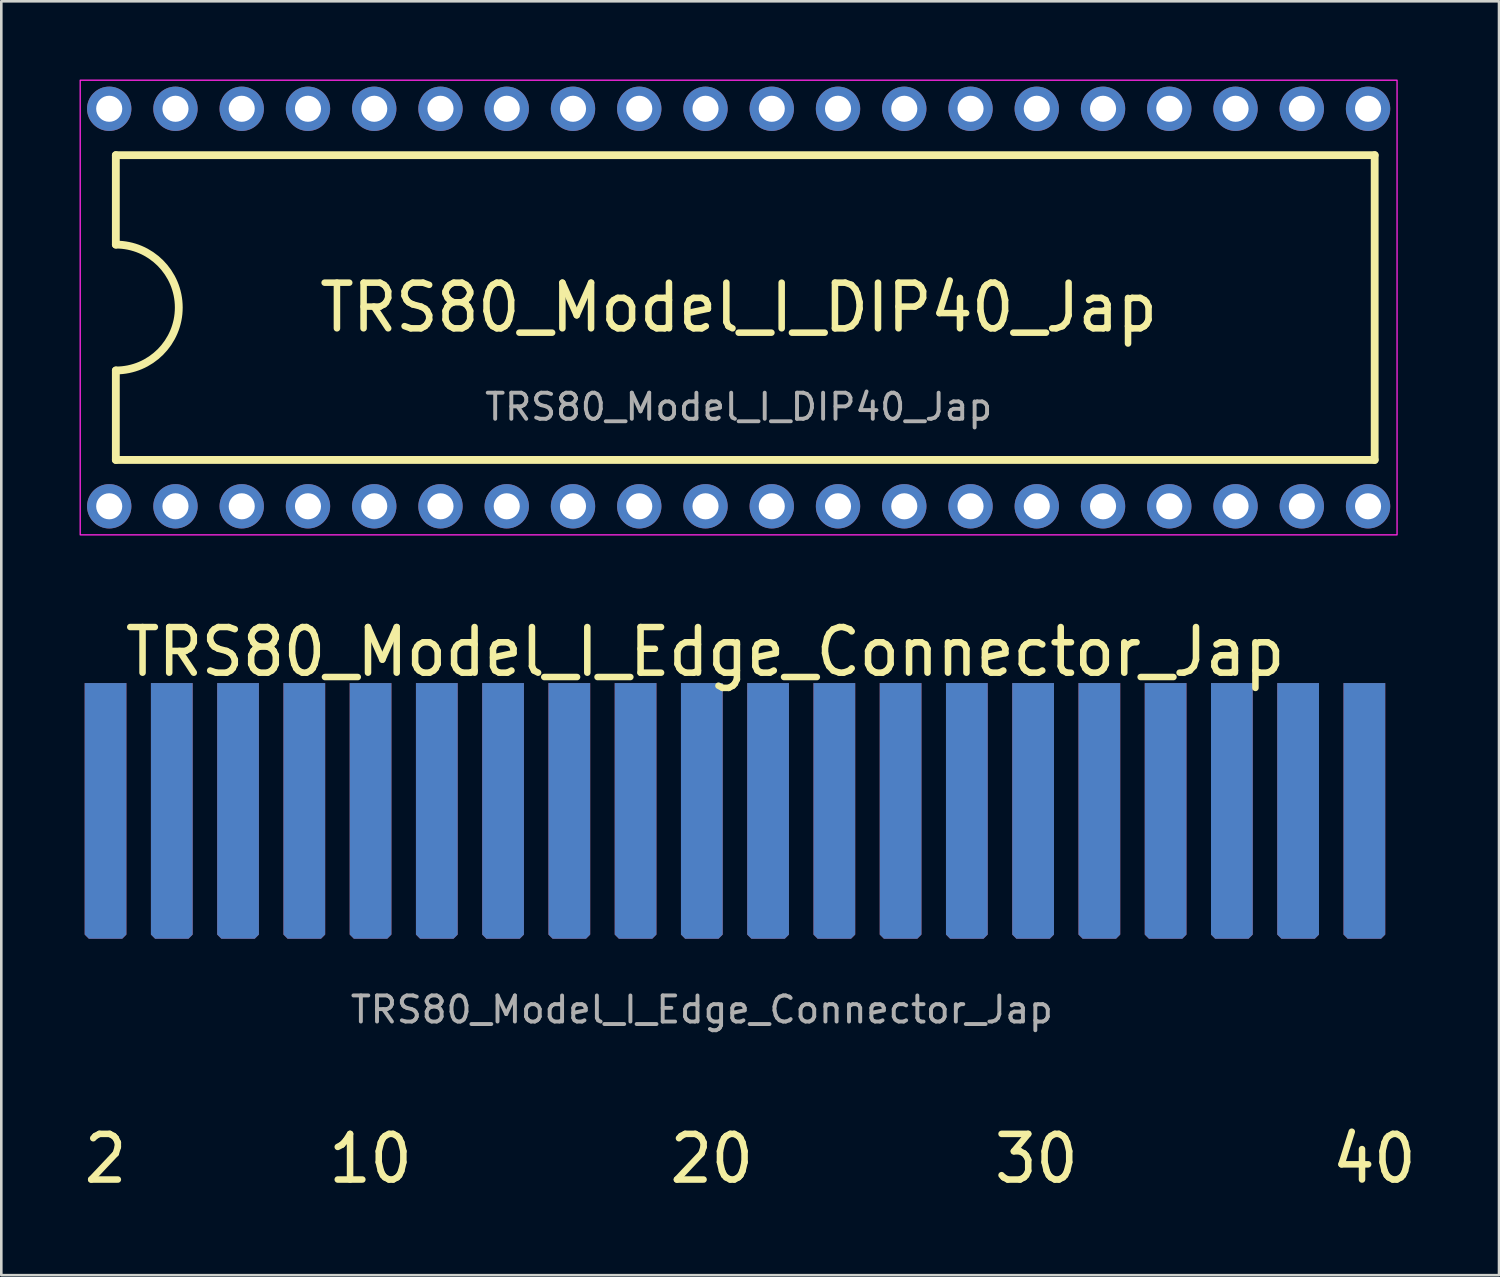
<source format=kicad_pcb>
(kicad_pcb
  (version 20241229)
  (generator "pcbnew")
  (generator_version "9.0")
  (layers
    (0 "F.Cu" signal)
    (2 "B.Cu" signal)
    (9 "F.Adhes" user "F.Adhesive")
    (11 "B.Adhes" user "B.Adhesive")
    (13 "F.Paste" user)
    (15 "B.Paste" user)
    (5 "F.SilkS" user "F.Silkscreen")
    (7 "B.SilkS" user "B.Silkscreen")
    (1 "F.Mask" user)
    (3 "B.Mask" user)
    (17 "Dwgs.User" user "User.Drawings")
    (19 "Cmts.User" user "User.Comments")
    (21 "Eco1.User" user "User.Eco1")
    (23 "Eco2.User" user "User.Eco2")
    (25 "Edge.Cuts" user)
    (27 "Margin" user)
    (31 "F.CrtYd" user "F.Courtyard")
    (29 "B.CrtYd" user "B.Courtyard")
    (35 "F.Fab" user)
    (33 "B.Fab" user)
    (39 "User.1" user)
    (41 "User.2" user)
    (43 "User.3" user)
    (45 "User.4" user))
  (footprint "TRS80_Model_I_Edge_Connector_Jap"
    (layer "F.Cu")
    (at 23.856 28.038)
    (property "Reference" "TRS80_Model_I_Edge_Connector_Jap" (at 0.127 -6.096 0) (unlocked yes) (layer "F.SilkS") (effects (font (size 1.75 1.65) (thickness 0.25))))
    (attr smd)
    (fp_text user "2" (at -22.86 13.335 0) (unlocked yes) (layer "F.SilkS") (effects (font (size 1.75 1.65) (thickness 0.25))))
    (fp_text user "40" (at 25.781 13.335 0) (unlocked yes) (layer "F.SilkS") (effects (font (size 1.75 1.65) (thickness 0.25))))
    (fp_text user "30" (at 12.827 13.335 0) (unlocked yes) (layer "F.SilkS") (effects (font (size 1.75 1.65) (thickness 0.25))))
    (fp_text user "20" (at 0.381 13.335 0) (unlocked yes) (layer "F.SilkS") (effects (font (size 1.75 1.65) (thickness 0.25))))
    (fp_text user "10" (at -12.7 13.335 0) (unlocked yes) (layer "F.SilkS") (effects (font (size 1.75 1.65) (thickness 0.25))))
    (fp_text user "${REFERENCE}" (at 0 7.62 0) (unlocked yes) (layer "F.Fab") (effects (font (size 1 1) (thickness 0.15))))
    (pad "1" connect roundrect (at -22.86 0 180) (size 1.6 9.8) (layers "B.Cu" "B.Mask") (roundrect_rratio 0) (chamfer_ratio 0.1) (chamfer top_left top_right))
    (pad "2" connect roundrect (at -22.86 0 180) (size 1.6 9.8) (layers "F.Cu" "F.Mask") (roundrect_rratio 0) (chamfer_ratio 0.1) (chamfer top_left top_right))
    (pad "3" connect roundrect (at -20.32 0 180) (size 1.6 9.8) (layers "B.Cu" "B.Mask") (roundrect_rratio 0) (chamfer_ratio 0.1) (chamfer top_left top_right))
    (pad "4" connect roundrect (at -20.32 0 180) (size 1.6 9.8) (layers "F.Cu" "F.Mask") (roundrect_rratio 0) (chamfer_ratio 0.1) (chamfer top_left top_right))
    (pad "5" connect roundrect (at -17.78 0 180) (size 1.6 9.8) (layers "B.Cu" "B.Mask") (roundrect_rratio 0) (chamfer_ratio 0.1) (chamfer top_left top_right))
    (pad "6" connect roundrect (at -17.78 0 180) (size 1.6 9.8) (layers "F.Cu" "F.Mask") (roundrect_rratio 0) (chamfer_ratio 0.1) (chamfer top_left top_right))
    (pad "7" connect roundrect (at -15.24 0 180) (size 1.6 9.8) (layers "B.Cu" "B.Mask") (roundrect_rratio 0) (chamfer_ratio 0.1) (chamfer top_left top_right))
    (pad "8" connect roundrect (at -15.24 0 180) (size 1.6 9.8) (layers "F.Cu" "F.Mask") (roundrect_rratio 0) (chamfer_ratio 0.1) (chamfer top_left top_right))
    (pad "9" connect roundrect (at -12.7 0 180) (size 1.6 9.8) (layers "B.Cu" "B.Mask") (roundrect_rratio 0) (chamfer_ratio 0.1) (chamfer top_left top_right))
    (pad "10" connect roundrect (at -12.7 0 180) (size 1.6 9.8) (layers "F.Cu" "F.Mask") (roundrect_rratio 0) (chamfer_ratio 0.1) (chamfer top_left top_right))
    (pad "11" connect roundrect (at -10.16 0 180) (size 1.6 9.8) (layers "B.Cu" "B.Mask") (roundrect_rratio 0) (chamfer_ratio 0.1) (chamfer top_left top_right))
    (pad "12" connect roundrect (at -10.16 0 180) (size 1.6 9.8) (layers "F.Cu" "F.Mask") (roundrect_rratio 0) (chamfer_ratio 0.1) (chamfer top_left top_right))
    (pad "13" connect roundrect (at -7.62 0 180) (size 1.6 9.8) (layers "B.Cu" "B.Mask") (roundrect_rratio 0) (chamfer_ratio 0.1) (chamfer top_left top_right))
    (pad "14" connect roundrect (at -7.62 0 180) (size 1.6 9.8) (layers "F.Cu" "F.Mask") (roundrect_rratio 0) (chamfer_ratio 0.1) (chamfer top_left top_right))
    (pad "15" connect roundrect (at -5.08 0 180) (size 1.6 9.8) (layers "B.Cu" "B.Mask") (roundrect_rratio 0) (chamfer_ratio 0.1) (chamfer top_left top_right))
    (pad "16" connect roundrect (at -5.08 0 180) (size 1.6 9.8) (layers "F.Cu" "F.Mask") (roundrect_rratio 0) (chamfer_ratio 0.1) (chamfer top_left top_right))
    (pad "17" connect roundrect (at -2.54 0 180) (size 1.6 9.8) (layers "B.Cu" "B.Mask") (roundrect_rratio 0) (chamfer_ratio 0.1) (chamfer top_left top_right))
    (pad "18" connect roundrect (at -2.54 0 180) (size 1.6 9.8) (layers "F.Cu" "F.Mask") (roundrect_rratio 0) (chamfer_ratio 0.1) (chamfer top_left top_right))
    (pad "19" connect roundrect (at 0 0 180) (size 1.6 9.8) (layers "B.Cu" "B.Mask") (roundrect_rratio 0) (chamfer_ratio 0.1) (chamfer top_left top_right))
    (pad "20" connect roundrect (at 0 0 180) (size 1.6 9.8) (layers "F.Cu" "F.Mask") (roundrect_rratio 0) (chamfer_ratio 0.1) (chamfer top_left top_right))
    (pad "21" connect roundrect (at 2.54 0 180) (size 1.6 9.8) (layers "B.Cu" "B.Mask") (roundrect_rratio 0) (chamfer_ratio 0.1) (chamfer top_left top_right))
    (pad "22" connect roundrect (at 2.54 0 180) (size 1.6 9.8) (layers "F.Cu" "F.Mask") (roundrect_rratio 0) (chamfer_ratio 0.1) (chamfer top_left top_right))
    (pad "23" connect roundrect (at 5.08 0 180) (size 1.6 9.8) (layers "B.Cu" "B.Mask") (roundrect_rratio 0) (chamfer_ratio 0.1) (chamfer top_left top_right))
    (pad "24" connect roundrect (at 5.08 0 180) (size 1.6 9.8) (layers "F.Cu" "F.Mask") (roundrect_rratio 0) (chamfer_ratio 0.1) (chamfer top_left top_right))
    (pad "25" connect roundrect (at 7.62 0 180) (size 1.6 9.8) (layers "B.Cu" "B.Mask") (roundrect_rratio 0) (chamfer_ratio 0.1) (chamfer top_left top_right))
    (pad "26" connect roundrect (at 7.62 0 180) (size 1.6 9.8) (layers "F.Cu" "F.Mask") (roundrect_rratio 0) (chamfer_ratio 0.1) (chamfer top_left top_right))
    (pad "27" connect roundrect (at 10.16 0 180) (size 1.6 9.8) (layers "B.Cu" "B.Mask") (roundrect_rratio 0) (chamfer_ratio 0.1) (chamfer top_left top_right))
    (pad "28" connect roundrect (at 10.16 0 180) (size 1.6 9.8) (layers "F.Cu" "F.Mask") (roundrect_rratio 0) (chamfer_ratio 0.1) (chamfer top_left top_right))
    (pad "29" connect roundrect (at 12.7 0 180) (size 1.6 9.8) (layers "B.Cu" "B.Mask") (roundrect_rratio 0) (chamfer_ratio 0.1) (chamfer top_left top_right))
    (pad "30" connect roundrect (at 12.7 0 180) (size 1.6 9.8) (layers "F.Cu" "F.Mask") (roundrect_rratio 0) (chamfer_ratio 0.1) (chamfer top_left top_right))
    (pad "31" connect roundrect (at 15.24 0 180) (size 1.6 9.8) (layers "B.Cu" "B.Mask") (roundrect_rratio 0) (chamfer_ratio 0.1) (chamfer top_left top_right))
    (pad "32" connect roundrect (at 15.24 0 180) (size 1.6 9.8) (layers "F.Cu" "F.Mask") (roundrect_rratio 0) (chamfer_ratio 0.1) (chamfer top_left top_right))
    (pad "33" connect roundrect (at 17.78 0 180) (size 1.6 9.8) (layers "B.Cu" "B.Mask") (roundrect_rratio 0) (chamfer_ratio 0.1) (chamfer top_left top_right))
    (pad "34" connect roundrect (at 17.78 0 180) (size 1.6 9.8) (layers "F.Cu" "F.Mask") (roundrect_rratio 0) (chamfer_ratio 0.1) (chamfer top_left top_right))
    (pad "35" connect roundrect (at 20.32 0 180) (size 1.6 9.8) (layers "B.Cu" "B.Mask") (roundrect_rratio 0) (chamfer_ratio 0.1) (chamfer top_left top_right))
    (pad "36" connect roundrect (at 20.32 0 180) (size 1.6 9.8) (layers "F.Cu" "F.Mask") (roundrect_rratio 0) (chamfer_ratio 0.1) (chamfer top_left top_right))
    (pad "37" connect roundrect (at 22.86 0 180) (size 1.6 9.8) (layers "B.Cu" "B.Mask") (roundrect_rratio 0) (chamfer_ratio 0.1) (chamfer top_left top_right))
    (pad "38" connect roundrect (at 22.86 0 180) (size 1.6 9.8) (layers "F.Cu" "F.Mask") (roundrect_rratio 0) (chamfer_ratio 0.1) (chamfer top_left top_right))
    (pad "39" connect roundrect (at 25.4 0 180) (size 1.6 9.8) (layers "B.Cu" "B.Mask") (roundrect_rratio 0) (chamfer_ratio 0.1) (chamfer top_left top_right))
    (pad "40" connect roundrect (at 25.4 0 180) (size 1.6 9.8) (layers "F.Cu" "F.Mask") (roundrect_rratio 0) (chamfer_ratio 0.1) (chamfer top_left top_right)))
  (footprint "TRS80_Model_I_DIP40_Jap"
    (layer "F.Cu")
    (at 25.267 8.74)
    (property "Reference" "TRS80_Model_I_DIP40_Jap" (at 0 0 0) (unlocked yes) (layer "F.SilkS") (effects (font (size 1.75 1.65) (thickness 0.25))))
    (attr through_hole)
    (fp_line (start -23.876 -5.842) (end -23.876 -2.413) (stroke (width 0.3) (type solid)) (layer "F.SilkS"))
    (fp_line (start -23.876 2.413) (end -23.876 5.842) (stroke (width 0.3) (type solid)) (layer "F.SilkS"))
    (fp_line (start 24.384 -5.842) (end -23.876 -5.842) (stroke (width 0.3) (type solid)) (layer "F.SilkS"))
    (fp_line (start 24.384 -5.842) (end 24.384 5.842) (stroke (width 0.3) (type solid)) (layer "F.SilkS"))
    (fp_line (start 24.384 5.842) (end -23.876 5.842) (stroke (width 0.3) (type solid)) (layer "F.SilkS"))
    (fp_arc (start -23.876 -2.413) (mid -21.463 0) (end -23.876 2.413) (stroke (width 0.3) (type solid)) (layer "F.SilkS"))
    (fp_rect (start -25.242 -8.715) (end 25.242 8.715) (stroke (width 0.05) (type default)) (fill no) (layer "F.CrtYd"))
    (fp_text user "${REFERENCE}" (at 0 3.81 0) (unlocked yes) (layer "F.Fab") (effects (font (size 1 1) (thickness 0.15))))
    (pad "1" thru_hole circle (at -24.13 7.62) (size 1.7 1.7) (drill 1) (layers "*.Cu" "*.Mask"))
    (pad "2" thru_hole circle (at -21.59 7.62) (size 1.7 1.7) (drill 1) (layers "*.Cu" "*.Mask"))
    (pad "3" thru_hole circle (at -19.05 7.62) (size 1.7 1.7) (drill 1) (layers "*.Cu" "*.Mask"))
    (pad "4" thru_hole circle (at -16.51 7.62) (size 1.7 1.7) (drill 1) (layers "*.Cu" "*.Mask"))
    (pad "5" thru_hole circle (at -13.97 7.62) (size 1.7 1.7) (drill 1) (layers "*.Cu" "*.Mask"))
    (pad "6" thru_hole circle (at -11.43 7.62) (size 1.7 1.7) (drill 1) (layers "*.Cu" "*.Mask"))
    (pad "7" thru_hole circle (at -8.89 7.62) (size 1.7 1.7) (drill 1) (layers "*.Cu" "*.Mask"))
    (pad "8" thru_hole circle (at -6.35 7.62) (size 1.7 1.7) (drill 1) (layers "*.Cu" "*.Mask"))
    (pad "9" thru_hole circle (at -3.81 7.62) (size 1.7 1.7) (drill 1) (layers "*.Cu" "*.Mask"))
    (pad "10" thru_hole circle (at -1.27 7.62) (size 1.7 1.7) (drill 1) (layers "*.Cu" "*.Mask"))
    (pad "11" thru_hole circle (at 1.27 7.62) (size 1.7 1.7) (drill 1) (layers "*.Cu" "*.Mask"))
    (pad "12" thru_hole circle (at 3.81 7.62) (size 1.7 1.7) (drill 1) (layers "*.Cu" "*.Mask"))
    (pad "13" thru_hole circle (at 6.35 7.62) (size 1.7 1.7) (drill 1) (layers "*.Cu" "*.Mask"))
    (pad "14" thru_hole circle (at 8.89 7.62) (size 1.7 1.7) (drill 1) (layers "*.Cu" "*.Mask"))
    (pad "15" thru_hole circle (at 11.43 7.62) (size 1.7 1.7) (drill 1) (layers "*.Cu" "*.Mask"))
    (pad "16" thru_hole circle (at 13.97 7.62) (size 1.7 1.7) (drill 1) (layers "*.Cu" "*.Mask"))
    (pad "17" thru_hole circle (at 16.51 7.62) (size 1.7 1.7) (drill 1) (layers "*.Cu" "*.Mask"))
    (pad "18" thru_hole circle (at 19.05 7.62) (size 1.7 1.7) (drill 1) (layers "*.Cu" "*.Mask"))
    (pad "19" thru_hole circle (at 21.59 7.62) (size 1.7 1.7) (drill 1) (layers "*.Cu" "*.Mask"))
    (pad "20" thru_hole circle (at 24.13 7.62) (size 1.7 1.7) (drill 1) (layers "*.Cu" "*.Mask"))
    (pad "21" thru_hole circle (at 24.13 -7.62) (size 1.7 1.7) (drill 1) (layers "*.Cu" "*.Mask"))
    (pad "22" thru_hole circle (at 21.59 -7.62) (size 1.7 1.7) (drill 1) (layers "*.Cu" "*.Mask"))
    (pad "23" thru_hole circle (at 19.05 -7.62) (size 1.7 1.7) (drill 1) (layers "*.Cu" "*.Mask"))
    (pad "24" thru_hole circle (at 16.51 -7.62) (size 1.7 1.7) (drill 1) (layers "*.Cu" "*.Mask"))
    (pad "25" thru_hole circle (at 13.97 -7.62) (size 1.7 1.7) (drill 1) (layers "*.Cu" "*.Mask"))
    (pad "26" thru_hole circle (at 11.43 -7.62) (size 1.7 1.7) (drill 1) (layers "*.Cu" "*.Mask"))
    (pad "27" thru_hole circle (at 8.89 -7.62) (size 1.7 1.7) (drill 1) (layers "*.Cu" "*.Mask"))
    (pad "28" thru_hole circle (at 6.35 -7.62) (size 1.7 1.7) (drill 1) (layers "*.Cu" "*.Mask"))
    (pad "29" thru_hole circle (at 3.81 -7.62) (size 1.7 1.7) (drill 1) (layers "*.Cu" "*.Mask"))
    (pad "30" thru_hole circle (at 1.27 -7.62) (size 1.7 1.7) (drill 1) (layers "*.Cu" "*.Mask"))
    (pad "31" thru_hole circle (at -1.27 -7.62) (size 1.7 1.7) (drill 1) (layers "*.Cu" "*.Mask"))
    (pad "32" thru_hole circle (at -3.81 -7.62) (size 1.7 1.7) (drill 1) (layers "*.Cu" "*.Mask"))
    (pad "33" thru_hole circle (at -6.35 -7.62) (size 1.7 1.7) (drill 1) (layers "*.Cu" "*.Mask"))
    (pad "34" thru_hole circle (at -8.89 -7.62) (size 1.7 1.7) (drill 1) (layers "*.Cu" "*.Mask"))
    (pad "35" thru_hole circle (at -11.43 -7.62) (size 1.7 1.7) (drill 1) (layers "*.Cu" "*.Mask"))
    (pad "36" thru_hole circle (at -13.97 -7.62) (size 1.7 1.7) (drill 1) (layers "*.Cu" "*.Mask"))
    (pad "37" thru_hole circle (at -16.51 -7.62) (size 1.7 1.7) (drill 1) (layers "*.Cu" "*.Mask"))
    (pad "38" thru_hole circle (at -19.05 -7.62) (size 1.7 1.7) (drill 1) (layers "*.Cu" "*.Mask"))
    (pad "39" thru_hole circle (at -21.59 -7.62) (size 1.7 1.7) (drill 1) (layers "*.Cu" "*.Mask"))
    (pad "40" thru_hole circle (at -24.13 -7.62) (size 1.7 1.7) (drill 1) (layers "*.Cu" "*.Mask")))
  (gr_rect
    (start -3 -3)
    (end 54.418 45.836)
    (stroke (width 0.1) (type default))
    (fill no)
    (layer "Edge.Cuts")))
</source>
